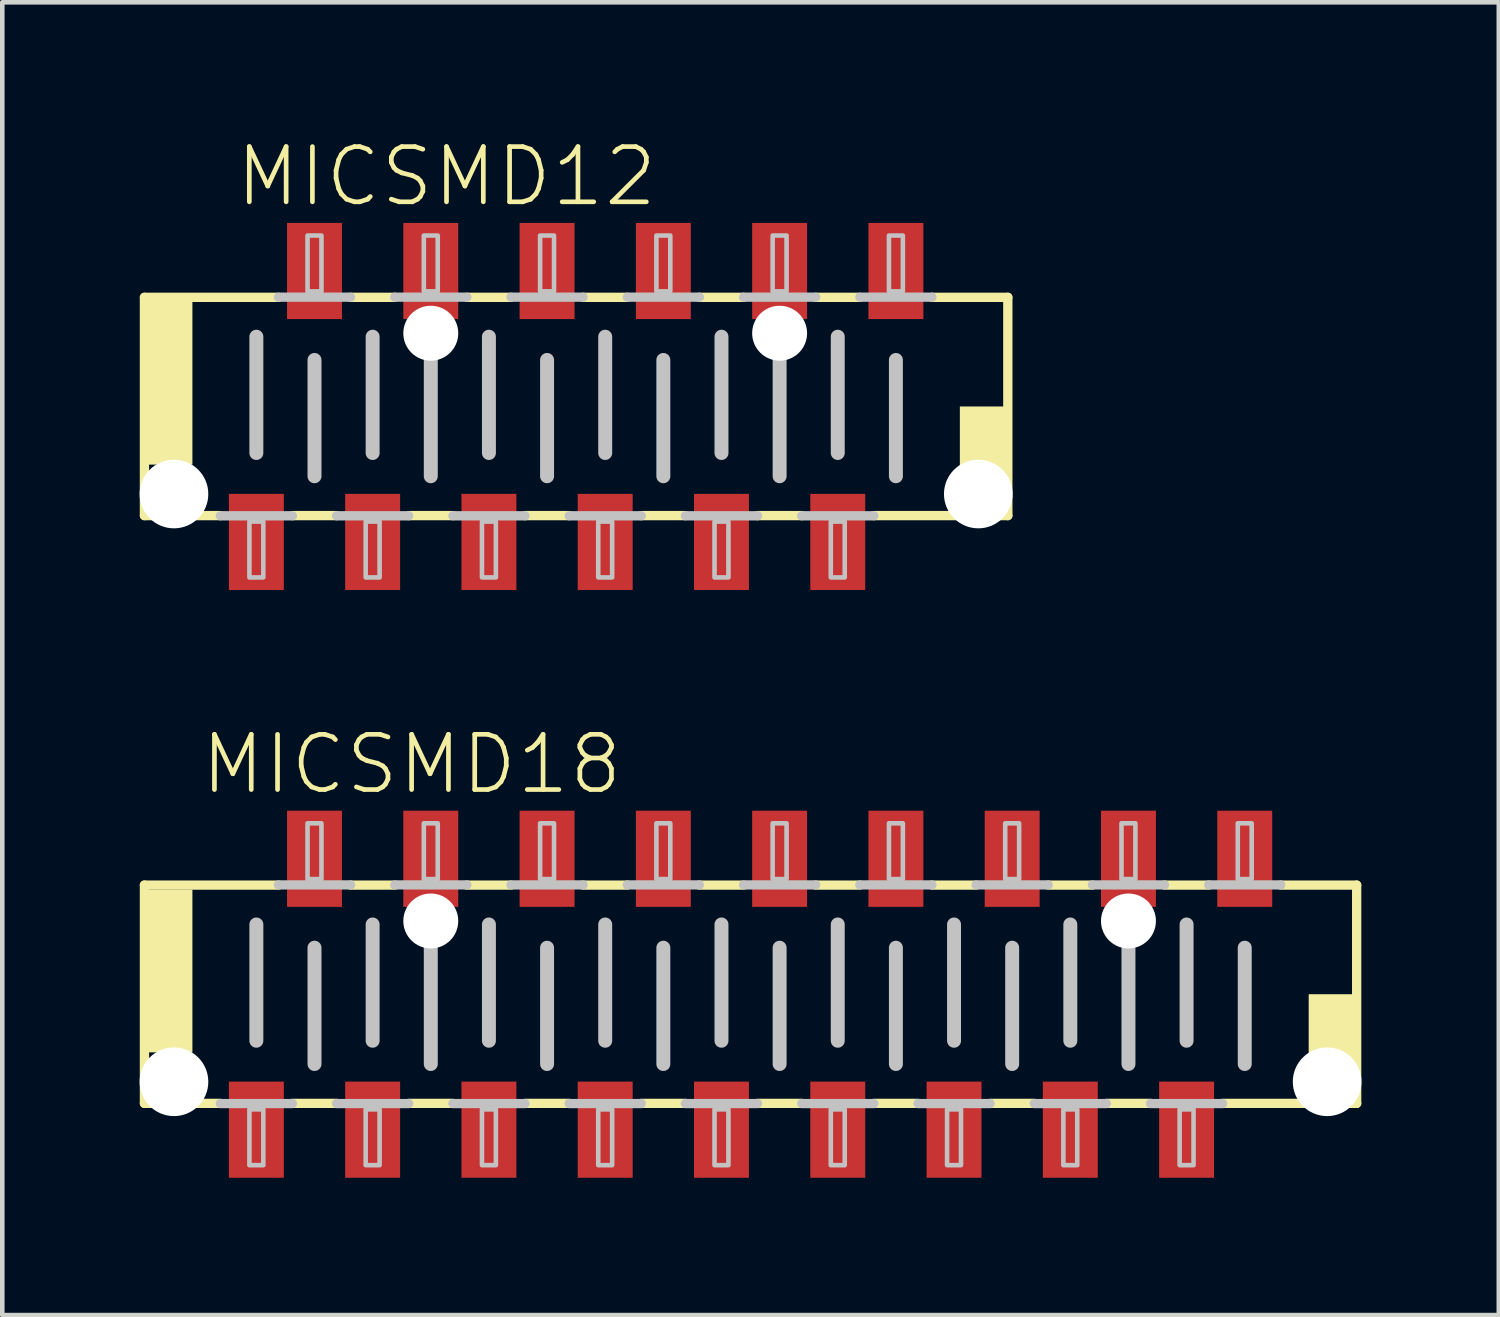
<source format=kicad_pcb>
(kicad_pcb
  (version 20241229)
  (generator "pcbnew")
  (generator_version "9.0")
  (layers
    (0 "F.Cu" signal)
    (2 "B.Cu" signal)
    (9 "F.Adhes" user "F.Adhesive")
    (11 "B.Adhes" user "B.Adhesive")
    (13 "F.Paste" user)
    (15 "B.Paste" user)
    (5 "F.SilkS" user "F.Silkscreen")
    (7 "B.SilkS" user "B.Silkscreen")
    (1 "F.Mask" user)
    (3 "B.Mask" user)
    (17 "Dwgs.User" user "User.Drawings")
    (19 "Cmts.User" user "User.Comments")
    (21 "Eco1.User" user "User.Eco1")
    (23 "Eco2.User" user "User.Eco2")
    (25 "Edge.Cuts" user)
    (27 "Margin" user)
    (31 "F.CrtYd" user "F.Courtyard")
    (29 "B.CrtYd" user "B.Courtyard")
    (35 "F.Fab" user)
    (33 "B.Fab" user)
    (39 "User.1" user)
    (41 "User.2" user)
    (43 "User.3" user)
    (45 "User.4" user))
  (footprint "MICSMD12"
    (layer "F.Cu")
    (at 9.535 5.829)
    (property "Reference" "MICSMD12" (at -7.493 -4.318 0) (layer "F.SilkS") (effects (font (size 1.206 1.206) (thickness 0.102)) (justify left bottom)))
    (attr through_hole)
    (fp_line (start -9.43 -2.384) (end -6.502 -2.384) (stroke (width 0.203) (type solid)) (layer "F.SilkS"))
    (fp_line (start -9.43 2.384) (end -9.43 -2.384) (stroke (width 0.203) (type solid)) (layer "F.SilkS"))
    (fp_line (start -7.772 2.384) (end -9.43 2.384) (stroke (width 0.203) (type solid)) (layer "F.SilkS"))
    (fp_line (start -5.232 2.384) (end -6.198 2.384) (stroke (width 0.203) (type solid)) (layer "F.SilkS"))
    (fp_line (start -4.928 -2.384) (end -3.962 -2.384) (stroke (width 0.203) (type solid)) (layer "F.SilkS"))
    (fp_line (start -2.692 2.384) (end -3.658 2.384) (stroke (width 0.203) (type solid)) (layer "F.SilkS"))
    (fp_line (start -2.388 -2.384) (end -1.422 -2.384) (stroke (width 0.203) (type solid)) (layer "F.SilkS"))
    (fp_line (start -0.152 2.384) (end -1.118 2.384) (stroke (width 0.203) (type solid)) (layer "F.SilkS"))
    (fp_line (start 0.152 -2.384) (end 1.118 -2.384) (stroke (width 0.203) (type solid)) (layer "F.SilkS"))
    (fp_line (start 2.388 2.384) (end 1.422 2.384) (stroke (width 0.203) (type solid)) (layer "F.SilkS"))
    (fp_line (start 2.692 -2.384) (end 3.658 -2.384) (stroke (width 0.203) (type solid)) (layer "F.SilkS"))
    (fp_line (start 4.928 2.384) (end 3.962 2.384) (stroke (width 0.203) (type solid)) (layer "F.SilkS"))
    (fp_line (start 5.232 -2.384) (end 6.198 -2.384) (stroke (width 0.203) (type solid)) (layer "F.SilkS"))
    (fp_line (start 7.772 -2.384) (end 9.43 -2.384) (stroke (width 0.203) (type solid)) (layer "F.SilkS"))
    (fp_line (start 9.43 -2.384) (end 9.43 2.384) (stroke (width 0.203) (type solid)) (layer "F.SilkS"))
    (fp_line (start 9.43 2.384) (end 6.502 2.384) (stroke (width 0.203) (type solid)) (layer "F.SilkS"))
    (fp_poly (pts (xy -9.398 1.27) (xy -8.382 1.27) (xy -8.382 -2.286) (xy -9.398 -2.286)) (stroke (width 0) (type solid)) (fill yes) (layer "F.SilkS"))
    (fp_poly (pts (xy 8.382 2.286) (xy 9.398 2.286) (xy 9.398 0) (xy 8.382 0)) (stroke (width 0) (type solid)) (fill yes) (layer "F.SilkS"))
    (fp_line (start -6.985 -1.524) (end -6.985 1.016) (stroke (width 0.305) (type solid)) (layer "Dwgs.User"))
    (fp_line (start -6.502 -2.388) (end -4.928 -2.388) (stroke (width 0.203) (type solid)) (layer "Dwgs.User"))
    (fp_line (start -6.198 2.388) (end -7.772 2.388) (stroke (width 0.203) (type solid)) (layer "Dwgs.User"))
    (fp_line (start -5.715 -1.016) (end -5.715 1.524) (stroke (width 0.305) (type solid)) (layer "Dwgs.User"))
    (fp_line (start -4.445 -1.524) (end -4.445 1.016) (stroke (width 0.305) (type solid)) (layer "Dwgs.User"))
    (fp_line (start -3.962 -2.388) (end -2.388 -2.388) (stroke (width 0.203) (type solid)) (layer "Dwgs.User"))
    (fp_line (start -3.658 2.388) (end -5.232 2.388) (stroke (width 0.203) (type solid)) (layer "Dwgs.User"))
    (fp_line (start -3.175 -1.016) (end -3.175 1.524) (stroke (width 0.305) (type solid)) (layer "Dwgs.User"))
    (fp_line (start -1.905 -1.524) (end -1.905 1.016) (stroke (width 0.305) (type solid)) (layer "Dwgs.User"))
    (fp_line (start -1.422 -2.388) (end 0.152 -2.388) (stroke (width 0.203) (type solid)) (layer "Dwgs.User"))
    (fp_line (start -1.118 2.388) (end -2.692 2.388) (stroke (width 0.203) (type solid)) (layer "Dwgs.User"))
    (fp_line (start -0.635 -1.016) (end -0.635 1.524) (stroke (width 0.305) (type solid)) (layer "Dwgs.User"))
    (fp_line (start 0.635 -1.524) (end 0.635 1.016) (stroke (width 0.305) (type solid)) (layer "Dwgs.User"))
    (fp_line (start 1.118 -2.388) (end 2.692 -2.388) (stroke (width 0.203) (type solid)) (layer "Dwgs.User"))
    (fp_line (start 1.422 2.388) (end -0.152 2.388) (stroke (width 0.203) (type solid)) (layer "Dwgs.User"))
    (fp_line (start 1.905 -1.016) (end 1.905 1.524) (stroke (width 0.305) (type solid)) (layer "Dwgs.User"))
    (fp_line (start 3.175 -1.524) (end 3.175 1.016) (stroke (width 0.305) (type solid)) (layer "Dwgs.User"))
    (fp_line (start 3.658 -2.388) (end 5.232 -2.388) (stroke (width 0.203) (type solid)) (layer "Dwgs.User"))
    (fp_line (start 3.962 2.388) (end 2.388 2.388) (stroke (width 0.203) (type solid)) (layer "Dwgs.User"))
    (fp_line (start 4.445 -1.016) (end 4.445 1.524) (stroke (width 0.305) (type solid)) (layer "Dwgs.User"))
    (fp_line (start 5.715 -1.524) (end 5.715 1.016) (stroke (width 0.305) (type solid)) (layer "Dwgs.User"))
    (fp_line (start 6.198 -2.388) (end 7.772 -2.388) (stroke (width 0.203) (type solid)) (layer "Dwgs.User"))
    (fp_line (start 6.502 2.388) (end 4.928 2.388) (stroke (width 0.203) (type solid)) (layer "Dwgs.User"))
    (fp_line (start 6.985 -1.016) (end 6.985 1.524) (stroke (width 0.305) (type solid)) (layer "Dwgs.User"))
    (fp_poly (pts (xy -7.137 3.734) (xy -6.833 3.734) (xy -6.833 2.515) (xy -7.137 2.515)) (stroke (width 0.1) (type solid)) (fill no) (layer "Dwgs.User"))
    (fp_poly (pts (xy -5.867 -2.515) (xy -5.563 -2.515) (xy -5.563 -3.734) (xy -5.867 -3.734)) (stroke (width 0.1) (type solid)) (fill no) (layer "Dwgs.User"))
    (fp_poly (pts (xy -4.597 3.734) (xy -4.293 3.734) (xy -4.293 2.515) (xy -4.597 2.515)) (stroke (width 0.1) (type solid)) (fill no) (layer "Dwgs.User"))
    (fp_poly (pts (xy -3.327 -2.515) (xy -3.023 -2.515) (xy -3.023 -3.734) (xy -3.327 -3.734)) (stroke (width 0.1) (type solid)) (fill no) (layer "Dwgs.User"))
    (fp_poly (pts (xy -2.057 3.734) (xy -1.753 3.734) (xy -1.753 2.515) (xy -2.057 2.515)) (stroke (width 0.1) (type solid)) (fill no) (layer "Dwgs.User"))
    (fp_poly (pts (xy -0.787 -2.515) (xy -0.483 -2.515) (xy -0.483 -3.734) (xy -0.787 -3.734)) (stroke (width 0.1) (type solid)) (fill no) (layer "Dwgs.User"))
    (fp_poly (pts (xy 0.483 3.734) (xy 0.787 3.734) (xy 0.787 2.515) (xy 0.483 2.515)) (stroke (width 0.1) (type solid)) (fill no) (layer "Dwgs.User"))
    (fp_poly (pts (xy 1.753 -2.515) (xy 2.057 -2.515) (xy 2.057 -3.734) (xy 1.753 -3.734)) (stroke (width 0.1) (type solid)) (fill no) (layer "Dwgs.User"))
    (fp_poly (pts (xy 3.023 3.734) (xy 3.327 3.734) (xy 3.327 2.515) (xy 3.023 2.515)) (stroke (width 0.1) (type solid)) (fill no) (layer "Dwgs.User"))
    (fp_poly (pts (xy 4.293 -2.515) (xy 4.597 -2.515) (xy 4.597 -3.734) (xy 4.293 -3.734)) (stroke (width 0.1) (type solid)) (fill no) (layer "Dwgs.User"))
    (fp_poly (pts (xy 5.563 3.734) (xy 5.867 3.734) (xy 5.867 2.515) (xy 5.563 2.515)) (stroke (width 0.1) (type solid)) (fill no) (layer "Dwgs.User"))
    (fp_poly (pts (xy 6.833 -2.515) (xy 7.137 -2.515) (xy 7.137 -3.734) (xy 6.833 -3.734)) (stroke (width 0.1) (type solid)) (fill no) (layer "Dwgs.User"))
    (pad "" np_thru_hole circle (at -8.785 1.912) (size 1.5 1.5) (drill 1.5) (layers "*.Cu"))
    (pad "" np_thru_hole circle (at -3.175 -1.6) (size 1.2 1.2) (drill 1.2) (layers "*.Cu"))
    (pad "" np_thru_hole circle (at 4.445 -1.6) (size 1.2 1.2) (drill 1.2) (layers "*.Cu"))
    (pad "" np_thru_hole circle (at 8.785 1.912) (size 1.5 1.5) (drill 1.5) (layers "*.Cu"))
    (pad "1" smd rect (at -6.985 2.959) (size 1.2 2.1) (layers "F.Cu" "F.Mask" "F.Paste"))
    (pad "2" smd rect (at -5.715 -2.959) (size 1.2 2.1) (layers "F.Cu" "F.Mask" "F.Paste"))
    (pad "3" smd rect (at -4.445 2.959) (size 1.2 2.1) (layers "F.Cu" "F.Mask" "F.Paste"))
    (pad "4" smd rect (at -3.175 -2.959) (size 1.2 2.1) (layers "F.Cu" "F.Mask" "F.Paste"))
    (pad "5" smd rect (at -1.905 2.959) (size 1.2 2.1) (layers "F.Cu" "F.Mask" "F.Paste"))
    (pad "6" smd rect (at -0.635 -2.959) (size 1.2 2.1) (layers "F.Cu" "F.Mask" "F.Paste"))
    (pad "7" smd rect (at 0.635 2.959) (size 1.2 2.1) (layers "F.Cu" "F.Mask" "F.Paste"))
    (pad "8" smd rect (at 1.905 -2.959) (size 1.2 2.1) (layers "F.Cu" "F.Mask" "F.Paste"))
    (pad "9" smd rect (at 3.175 2.959) (size 1.2 2.1) (layers "F.Cu" "F.Mask" "F.Paste"))
    (pad "10" smd rect (at 4.445 -2.959) (size 1.2 2.1) (layers "F.Cu" "F.Mask" "F.Paste"))
    (pad "11" smd rect (at 5.715 2.959) (size 1.2 2.1) (layers "F.Cu" "F.Mask" "F.Paste"))
    (pad "12" smd rect (at 6.985 -2.959) (size 1.2 2.1) (layers "F.Cu" "F.Mask" "F.Paste")))
  (footprint "MICSMD18"
    (layer "F.Cu")
    (at 13.345 18.668)
    (property "Reference" "MICSMD18" (at -12.065 -4.318 0) (layer "F.SilkS") (effects (font (size 1.206 1.206) (thickness 0.102)) (justify left bottom)))
    (attr through_hole)
    (fp_line (start -13.24 -2.384) (end -10.312 -2.384) (stroke (width 0.203) (type solid)) (layer "F.SilkS"))
    (fp_line (start -13.24 2.384) (end -13.24 -2.384) (stroke (width 0.203) (type solid)) (layer "F.SilkS"))
    (fp_line (start -11.582 2.384) (end -13.24 2.384) (stroke (width 0.203) (type solid)) (layer "F.SilkS"))
    (fp_line (start -9.042 2.384) (end -10.008 2.384) (stroke (width 0.203) (type solid)) (layer "F.SilkS"))
    (fp_line (start -8.738 -2.384) (end -7.772 -2.384) (stroke (width 0.203) (type solid)) (layer "F.SilkS"))
    (fp_line (start -6.502 2.384) (end -7.468 2.384) (stroke (width 0.203) (type solid)) (layer "F.SilkS"))
    (fp_line (start -6.198 -2.384) (end -5.232 -2.384) (stroke (width 0.203) (type solid)) (layer "F.SilkS"))
    (fp_line (start -3.962 2.384) (end -4.928 2.384) (stroke (width 0.203) (type solid)) (layer "F.SilkS"))
    (fp_line (start -3.658 -2.384) (end -2.692 -2.384) (stroke (width 0.203) (type solid)) (layer "F.SilkS"))
    (fp_line (start -1.422 2.384) (end -2.388 2.384) (stroke (width 0.203) (type solid)) (layer "F.SilkS"))
    (fp_line (start -1.118 -2.384) (end -0.152 -2.384) (stroke (width 0.203) (type solid)) (layer "F.SilkS"))
    (fp_line (start 1.118 2.384) (end 0.152 2.384) (stroke (width 0.203) (type solid)) (layer "F.SilkS"))
    (fp_line (start 1.422 -2.384) (end 2.388 -2.384) (stroke (width 0.203) (type solid)) (layer "F.SilkS"))
    (fp_line (start 3.658 2.384) (end 2.692 2.384) (stroke (width 0.203) (type solid)) (layer "F.SilkS"))
    (fp_line (start 3.962 -2.384) (end 4.928 -2.384) (stroke (width 0.203) (type solid)) (layer "F.SilkS"))
    (fp_line (start 6.198 2.384) (end 5.232 2.384) (stroke (width 0.203) (type solid)) (layer "F.SilkS"))
    (fp_line (start 6.502 -2.384) (end 7.468 -2.384) (stroke (width 0.203) (type solid)) (layer "F.SilkS"))
    (fp_line (start 8.738 2.384) (end 7.772 2.384) (stroke (width 0.203) (type solid)) (layer "F.SilkS"))
    (fp_line (start 9.042 -2.384) (end 10.008 -2.384) (stroke (width 0.203) (type solid)) (layer "F.SilkS"))
    (fp_line (start 11.582 -2.384) (end 13.24 -2.384) (stroke (width 0.203) (type solid)) (layer "F.SilkS"))
    (fp_line (start 13.24 -2.384) (end 13.24 2.384) (stroke (width 0.203) (type solid)) (layer "F.SilkS"))
    (fp_line (start 13.24 2.384) (end 10.312 2.384) (stroke (width 0.203) (type solid)) (layer "F.SilkS"))
    (fp_poly (pts (xy -13.208 1.27) (xy -12.192 1.27) (xy -12.192 -2.286) (xy -13.208 -2.286)) (stroke (width 0) (type solid)) (fill yes) (layer "F.SilkS"))
    (fp_poly (pts (xy 12.192 2.286) (xy 13.208 2.286) (xy 13.208 0) (xy 12.192 0)) (stroke (width 0) (type solid)) (fill yes) (layer "F.SilkS"))
    (fp_line (start -10.795 -1.524) (end -10.795 1.016) (stroke (width 0.305) (type solid)) (layer "Dwgs.User"))
    (fp_line (start -10.312 -2.388) (end -8.738 -2.388) (stroke (width 0.203) (type solid)) (layer "Dwgs.User"))
    (fp_line (start -10.008 2.388) (end -11.582 2.388) (stroke (width 0.203) (type solid)) (layer "Dwgs.User"))
    (fp_line (start -9.525 -1.016) (end -9.525 1.524) (stroke (width 0.305) (type solid)) (layer "Dwgs.User"))
    (fp_line (start -8.255 -1.524) (end -8.255 1.016) (stroke (width 0.305) (type solid)) (layer "Dwgs.User"))
    (fp_line (start -7.772 -2.388) (end -6.198 -2.388) (stroke (width 0.203) (type solid)) (layer "Dwgs.User"))
    (fp_line (start -7.468 2.388) (end -9.042 2.388) (stroke (width 0.203) (type solid)) (layer "Dwgs.User"))
    (fp_line (start -6.985 -1.016) (end -6.985 1.524) (stroke (width 0.305) (type solid)) (layer "Dwgs.User"))
    (fp_line (start -5.715 -1.524) (end -5.715 1.016) (stroke (width 0.305) (type solid)) (layer "Dwgs.User"))
    (fp_line (start -5.232 -2.388) (end -3.658 -2.388) (stroke (width 0.203) (type solid)) (layer "Dwgs.User"))
    (fp_line (start -4.928 2.388) (end -6.502 2.388) (stroke (width 0.203) (type solid)) (layer "Dwgs.User"))
    (fp_line (start -4.445 -1.016) (end -4.445 1.524) (stroke (width 0.305) (type solid)) (layer "Dwgs.User"))
    (fp_line (start -3.175 -1.524) (end -3.175 1.016) (stroke (width 0.305) (type solid)) (layer "Dwgs.User"))
    (fp_line (start -2.692 -2.388) (end -1.118 -2.388) (stroke (width 0.203) (type solid)) (layer "Dwgs.User"))
    (fp_line (start -2.388 2.388) (end -3.962 2.388) (stroke (width 0.203) (type solid)) (layer "Dwgs.User"))
    (fp_line (start -1.905 -1.016) (end -1.905 1.524) (stroke (width 0.305) (type solid)) (layer "Dwgs.User"))
    (fp_line (start -0.635 -1.524) (end -0.635 1.016) (stroke (width 0.305) (type solid)) (layer "Dwgs.User"))
    (fp_line (start -0.152 -2.388) (end 1.422 -2.388) (stroke (width 0.203) (type solid)) (layer "Dwgs.User"))
    (fp_line (start 0.152 2.388) (end -1.422 2.388) (stroke (width 0.203) (type solid)) (layer "Dwgs.User"))
    (fp_line (start 0.635 -1.016) (end 0.635 1.524) (stroke (width 0.305) (type solid)) (layer "Dwgs.User"))
    (fp_line (start 1.905 -1.524) (end 1.905 1.016) (stroke (width 0.305) (type solid)) (layer "Dwgs.User"))
    (fp_line (start 2.388 -2.388) (end 3.962 -2.388) (stroke (width 0.203) (type solid)) (layer "Dwgs.User"))
    (fp_line (start 2.692 2.388) (end 1.118 2.388) (stroke (width 0.203) (type solid)) (layer "Dwgs.User"))
    (fp_line (start 3.175 -1.016) (end 3.175 1.524) (stroke (width 0.305) (type solid)) (layer "Dwgs.User"))
    (fp_line (start 4.445 -1.524) (end 4.445 1.016) (stroke (width 0.305) (type solid)) (layer "Dwgs.User"))
    (fp_line (start 4.928 -2.388) (end 6.502 -2.388) (stroke (width 0.203) (type solid)) (layer "Dwgs.User"))
    (fp_line (start 5.232 2.388) (end 3.658 2.388) (stroke (width 0.203) (type solid)) (layer "Dwgs.User"))
    (fp_line (start 5.715 -1.016) (end 5.715 1.524) (stroke (width 0.305) (type solid)) (layer "Dwgs.User"))
    (fp_line (start 6.985 -1.524) (end 6.985 1.016) (stroke (width 0.305) (type solid)) (layer "Dwgs.User"))
    (fp_line (start 7.468 -2.388) (end 9.042 -2.388) (stroke (width 0.203) (type solid)) (layer "Dwgs.User"))
    (fp_line (start 7.772 2.388) (end 6.198 2.388) (stroke (width 0.203) (type solid)) (layer "Dwgs.User"))
    (fp_line (start 8.255 -1.016) (end 8.255 1.524) (stroke (width 0.305) (type solid)) (layer "Dwgs.User"))
    (fp_line (start 9.525 -1.524) (end 9.525 1.016) (stroke (width 0.305) (type solid)) (layer "Dwgs.User"))
    (fp_line (start 10.008 -2.388) (end 11.582 -2.388) (stroke (width 0.203) (type solid)) (layer "Dwgs.User"))
    (fp_line (start 10.312 2.388) (end 8.738 2.388) (stroke (width 0.203) (type solid)) (layer "Dwgs.User"))
    (fp_line (start 10.795 -1.016) (end 10.795 1.524) (stroke (width 0.305) (type solid)) (layer "Dwgs.User"))
    (fp_poly (pts (xy -10.947 3.734) (xy -10.643 3.734) (xy -10.643 2.515) (xy -10.947 2.515)) (stroke (width 0.1) (type solid)) (fill no) (layer "Dwgs.User"))
    (fp_poly (pts (xy -9.677 -2.515) (xy -9.373 -2.515) (xy -9.373 -3.734) (xy -9.677 -3.734)) (stroke (width 0.1) (type solid)) (fill no) (layer "Dwgs.User"))
    (fp_poly (pts (xy -8.407 3.734) (xy -8.103 3.734) (xy -8.103 2.515) (xy -8.407 2.515)) (stroke (width 0.1) (type solid)) (fill no) (layer "Dwgs.User"))
    (fp_poly (pts (xy -7.137 -2.515) (xy -6.833 -2.515) (xy -6.833 -3.734) (xy -7.137 -3.734)) (stroke (width 0.1) (type solid)) (fill no) (layer "Dwgs.User"))
    (fp_poly (pts (xy -5.867 3.734) (xy -5.563 3.734) (xy -5.563 2.515) (xy -5.867 2.515)) (stroke (width 0.1) (type solid)) (fill no) (layer "Dwgs.User"))
    (fp_poly (pts (xy -4.597 -2.515) (xy -4.293 -2.515) (xy -4.293 -3.734) (xy -4.597 -3.734)) (stroke (width 0.1) (type solid)) (fill no) (layer "Dwgs.User"))
    (fp_poly (pts (xy -3.327 3.734) (xy -3.023 3.734) (xy -3.023 2.515) (xy -3.327 2.515)) (stroke (width 0.1) (type solid)) (fill no) (layer "Dwgs.User"))
    (fp_poly (pts (xy -2.057 -2.515) (xy -1.753 -2.515) (xy -1.753 -3.734) (xy -2.057 -3.734)) (stroke (width 0.1) (type solid)) (fill no) (layer "Dwgs.User"))
    (fp_poly (pts (xy -0.787 3.734) (xy -0.483 3.734) (xy -0.483 2.515) (xy -0.787 2.515)) (stroke (width 0.1) (type solid)) (fill no) (layer "Dwgs.User"))
    (fp_poly (pts (xy 0.483 -2.515) (xy 0.787 -2.515) (xy 0.787 -3.734) (xy 0.483 -3.734)) (stroke (width 0.1) (type solid)) (fill no) (layer "Dwgs.User"))
    (fp_poly (pts (xy 1.753 3.734) (xy 2.057 3.734) (xy 2.057 2.515) (xy 1.753 2.515)) (stroke (width 0.1) (type solid)) (fill no) (layer "Dwgs.User"))
    (fp_poly (pts (xy 3.023 -2.515) (xy 3.327 -2.515) (xy 3.327 -3.734) (xy 3.023 -3.734)) (stroke (width 0.1) (type solid)) (fill no) (layer "Dwgs.User"))
    (fp_poly (pts (xy 4.293 3.734) (xy 4.597 3.734) (xy 4.597 2.515) (xy 4.293 2.515)) (stroke (width 0.1) (type solid)) (fill no) (layer "Dwgs.User"))
    (fp_poly (pts (xy 5.563 -2.515) (xy 5.867 -2.515) (xy 5.867 -3.734) (xy 5.563 -3.734)) (stroke (width 0.1) (type solid)) (fill no) (layer "Dwgs.User"))
    (fp_poly (pts (xy 6.833 3.734) (xy 7.137 3.734) (xy 7.137 2.515) (xy 6.833 2.515)) (stroke (width 0.1) (type solid)) (fill no) (layer "Dwgs.User"))
    (fp_poly (pts (xy 8.103 -2.515) (xy 8.407 -2.515) (xy 8.407 -3.734) (xy 8.103 -3.734)) (stroke (width 0.1) (type solid)) (fill no) (layer "Dwgs.User"))
    (fp_poly (pts (xy 9.373 3.734) (xy 9.677 3.734) (xy 9.677 2.515) (xy 9.373 2.515)) (stroke (width 0.1) (type solid)) (fill no) (layer "Dwgs.User"))
    (fp_poly (pts (xy 10.643 -2.515) (xy 10.947 -2.515) (xy 10.947 -3.734) (xy 10.643 -3.734)) (stroke (width 0.1) (type solid)) (fill no) (layer "Dwgs.User"))
    (pad "" np_thru_hole circle (at -12.595 1.912) (size 1.5 1.5) (drill 1.5) (layers "*.Cu"))
    (pad "" np_thru_hole circle (at -6.985 -1.6) (size 1.2 1.2) (drill 1.2) (layers "*.Cu"))
    (pad "" np_thru_hole circle (at 8.255 -1.6) (size 1.2 1.2) (drill 1.2) (layers "*.Cu"))
    (pad "" np_thru_hole circle (at 12.595 1.912) (size 1.5 1.5) (drill 1.5) (layers "*.Cu"))
    (pad "1" smd rect (at -10.795 2.959) (size 1.2 2.1) (layers "F.Cu" "F.Mask" "F.Paste"))
    (pad "2" smd rect (at -9.525 -2.959) (size 1.2 2.1) (layers "F.Cu" "F.Mask" "F.Paste"))
    (pad "3" smd rect (at -8.255 2.959) (size 1.2 2.1) (layers "F.Cu" "F.Mask" "F.Paste"))
    (pad "4" smd rect (at -6.985 -2.959) (size 1.2 2.1) (layers "F.Cu" "F.Mask" "F.Paste"))
    (pad "5" smd rect (at -5.715 2.959) (size 1.2 2.1) (layers "F.Cu" "F.Mask" "F.Paste"))
    (pad "6" smd rect (at -4.445 -2.959) (size 1.2 2.1) (layers "F.Cu" "F.Mask" "F.Paste"))
    (pad "7" smd rect (at -3.175 2.959) (size 1.2 2.1) (layers "F.Cu" "F.Mask" "F.Paste"))
    (pad "8" smd rect (at -1.905 -2.959) (size 1.2 2.1) (layers "F.Cu" "F.Mask" "F.Paste"))
    (pad "9" smd rect (at -0.635 2.959) (size 1.2 2.1) (layers "F.Cu" "F.Mask" "F.Paste"))
    (pad "10" smd rect (at 0.635 -2.959) (size 1.2 2.1) (layers "F.Cu" "F.Mask" "F.Paste"))
    (pad "11" smd rect (at 1.905 2.959) (size 1.2 2.1) (layers "F.Cu" "F.Mask" "F.Paste"))
    (pad "12" smd rect (at 3.175 -2.959) (size 1.2 2.1) (layers "F.Cu" "F.Mask" "F.Paste"))
    (pad "13" smd rect (at 4.445 2.959) (size 1.2 2.1) (layers "F.Cu" "F.Mask" "F.Paste"))
    (pad "14" smd rect (at 5.715 -2.959) (size 1.2 2.1) (layers "F.Cu" "F.Mask" "F.Paste"))
    (pad "15" smd rect (at 6.985 2.959) (size 1.2 2.1) (layers "F.Cu" "F.Mask" "F.Paste"))
    (pad "16" smd rect (at 8.255 -2.959) (size 1.2 2.1) (layers "F.Cu" "F.Mask" "F.Paste"))
    (pad "17" smd rect (at 9.525 2.959) (size 1.2 2.1) (layers "F.Cu" "F.Mask" "F.Paste"))
    (pad "18" smd rect (at 10.795 -2.959) (size 1.2 2.1) (layers "F.Cu" "F.Mask" "F.Paste")))
  (gr_rect
    (start -3 -3)
    (end 29.69 25.677)
    (stroke (width 0.1) (type default))
    (fill no)
    (layer "Edge.Cuts")))
</source>
